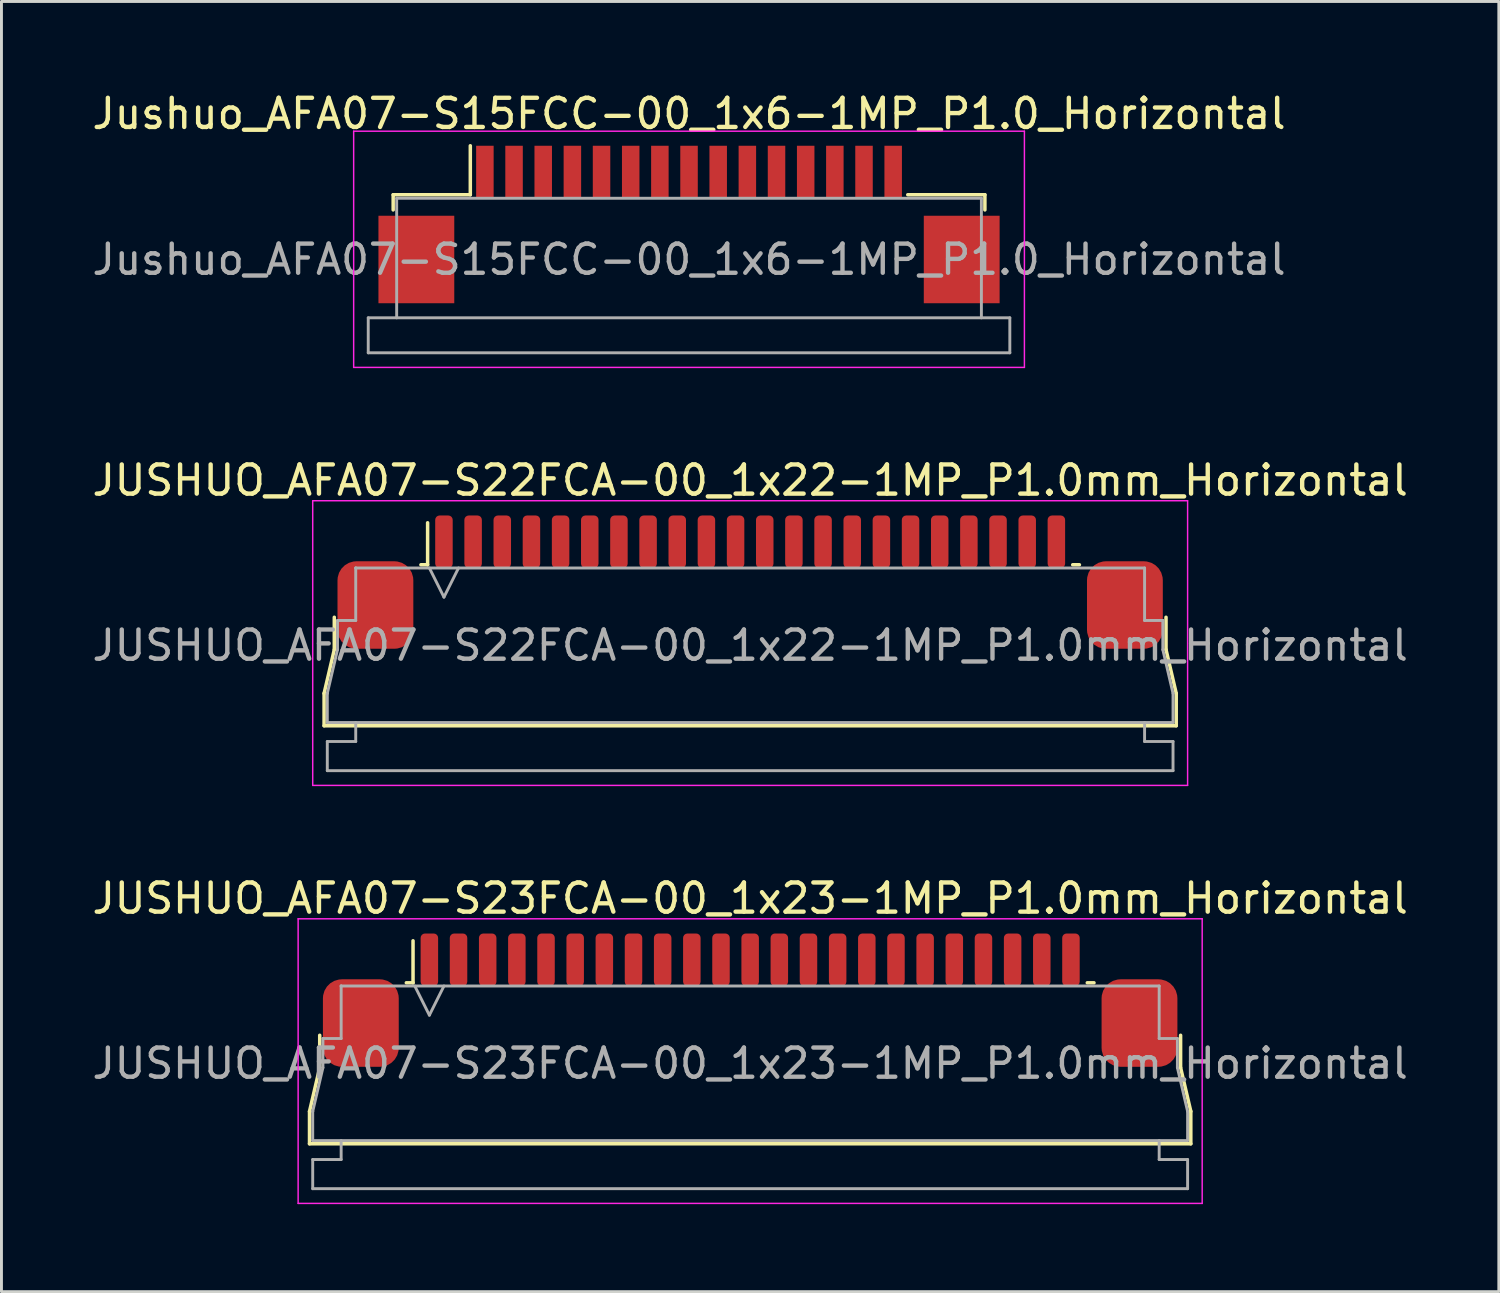
<source format=kicad_pcb>
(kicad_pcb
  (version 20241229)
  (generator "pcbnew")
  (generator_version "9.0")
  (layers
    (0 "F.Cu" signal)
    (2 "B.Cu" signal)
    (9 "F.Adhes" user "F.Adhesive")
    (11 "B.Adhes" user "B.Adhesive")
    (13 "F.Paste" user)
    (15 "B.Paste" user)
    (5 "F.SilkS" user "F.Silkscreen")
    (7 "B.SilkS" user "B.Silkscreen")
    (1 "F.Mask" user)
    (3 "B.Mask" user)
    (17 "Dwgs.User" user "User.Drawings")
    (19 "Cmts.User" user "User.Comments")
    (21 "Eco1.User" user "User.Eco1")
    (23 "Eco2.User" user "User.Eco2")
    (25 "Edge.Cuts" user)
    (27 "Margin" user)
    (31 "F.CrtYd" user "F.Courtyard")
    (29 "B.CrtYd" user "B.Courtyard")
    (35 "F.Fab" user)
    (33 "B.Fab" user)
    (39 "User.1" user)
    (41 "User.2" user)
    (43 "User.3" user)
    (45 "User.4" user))
  (footprint "JUSHUO_AFA07-S22FCA-00_1x22-1MP_P1.0mm_Horizontal"
    (layer "F.Cu")
    (at 22.673 18.901)
    (property "Reference" "JUSHUO_AFA07-S22FCA-00_1x22-1MP_P1.0mm_Horizontal" (at 0 -5.48 0) (layer "F.SilkS") (effects (font (size 1 1) (thickness 0.15))))
    (attr smd)
    (fp_line (start -14.61 1.825) (end -14.26 0.325) (stroke (width 0.12) (type solid)) (layer "F.SilkS"))
    (fp_line (start -14.61 2.935) (end -14.61 1.825) (stroke (width 0.12) (type solid)) (layer "F.SilkS"))
    (fp_line (start -14.26 0.325) (end -14.26 -0.785) (stroke (width 0.12) (type solid)) (layer "F.SilkS"))
    (fp_line (start -11.29 -2.585) (end -11.06 -2.585) (stroke (width 0.12) (type solid)) (layer "F.SilkS"))
    (fp_line (start -11.06 -2.585) (end -11.06 -4.025) (stroke (width 0.12) (type solid)) (layer "F.SilkS"))
    (fp_line (start 11.06 -2.585) (end 11.29 -2.585) (stroke (width 0.12) (type solid)) (layer "F.SilkS"))
    (fp_line (start 14.26 -0.785) (end 14.26 0.325) (stroke (width 0.12) (type solid)) (layer "F.SilkS"))
    (fp_line (start 14.26 0.325) (end 14.61 1.825) (stroke (width 0.12) (type solid)) (layer "F.SilkS"))
    (fp_line (start 14.61 1.825) (end 14.61 2.935) (stroke (width 0.12) (type solid)) (layer "F.SilkS"))
    (fp_line (start 14.61 2.935) (end -14.61 2.935) (stroke (width 0.12) (type solid)) (layer "F.SilkS"))
    (fp_line (start -15 -4.78) (end -15 4.98) (stroke (width 0.05) (type solid)) (layer "F.CrtYd"))
    (fp_line (start -15 4.98) (end 15 4.98) (stroke (width 0.05) (type solid)) (layer "F.CrtYd"))
    (fp_line (start 15 -4.78) (end -15 -4.78) (stroke (width 0.05) (type solid)) (layer "F.CrtYd"))
    (fp_line (start 15 4.98) (end 15 -4.78) (stroke (width 0.05) (type solid)) (layer "F.CrtYd"))
    (fp_line (start -14.5 1.825) (end -14.5 1.825) (stroke (width 0.1) (type solid)) (layer "F.Fab"))
    (fp_line (start -14.5 1.825) (end -14.15 0.325) (stroke (width 0.1) (type solid)) (layer "F.Fab"))
    (fp_line (start -14.5 2.825) (end -14.5 1.825) (stroke (width 0.1) (type solid)) (layer "F.Fab"))
    (fp_line (start -14.5 3.475) (end -13.525 3.475) (stroke (width 0.1) (type solid)) (layer "F.Fab"))
    (fp_line (start -14.5 4.475) (end -14.5 3.475) (stroke (width 0.1) (type solid)) (layer "F.Fab"))
    (fp_line (start -14.15 -0.675) (end -13.525 -0.675) (stroke (width 0.1) (type solid)) (layer "F.Fab"))
    (fp_line (start -14.15 0.325) (end -14.15 -0.675) (stroke (width 0.1) (type solid)) (layer "F.Fab"))
    (fp_line (start -13.525 -2.475) (end -13.525 -2.475) (stroke (width 0.1) (type solid)) (layer "F.Fab"))
    (fp_line (start -13.525 -2.475) (end 13.525 -2.475) (stroke (width 0.1) (type solid)) (layer "F.Fab"))
    (fp_line (start -13.525 -0.675) (end -13.525 -2.475) (stroke (width 0.1) (type solid)) (layer "F.Fab"))
    (fp_line (start -13.525 3.475) (end -13.525 2.825) (stroke (width 0.1) (type solid)) (layer "F.Fab"))
    (fp_line (start -11 -2.475) (end -10.5 -1.475) (stroke (width 0.1) (type solid)) (layer "F.Fab"))
    (fp_line (start -10.5 -1.475) (end -10 -2.475) (stroke (width 0.1) (type solid)) (layer "F.Fab"))
    (fp_line (start 13.525 -2.475) (end 13.525 -0.675) (stroke (width 0.1) (type solid)) (layer "F.Fab"))
    (fp_line (start 13.525 -0.675) (end 14.15 -0.675) (stroke (width 0.1) (type solid)) (layer "F.Fab"))
    (fp_line (start 13.525 2.825) (end 13.525 3.475) (stroke (width 0.1) (type solid)) (layer "F.Fab"))
    (fp_line (start 13.525 3.475) (end 14.5 3.475) (stroke (width 0.1) (type solid)) (layer "F.Fab"))
    (fp_line (start 14.15 -0.675) (end 14.15 0.325) (stroke (width 0.1) (type solid)) (layer "F.Fab"))
    (fp_line (start 14.15 0.325) (end 14.5 1.825) (stroke (width 0.1) (type solid)) (layer "F.Fab"))
    (fp_line (start 14.5 1.825) (end 14.5 2.825) (stroke (width 0.1) (type solid)) (layer "F.Fab"))
    (fp_line (start 14.5 2.825) (end -14.5 2.825) (stroke (width 0.1) (type solid)) (layer "F.Fab"))
    (fp_line (start 14.5 3.475) (end 14.5 4.475) (stroke (width 0.1) (type solid)) (layer "F.Fab"))
    (fp_line (start 14.5 4.475) (end -14.5 4.475) (stroke (width 0.1) (type solid)) (layer "F.Fab"))
    (fp_text user "${REFERENCE}" (at 0 0.18 0) (layer "F.Fab") (effects (font (size 1 1) (thickness 0.15))))
    (pad "1" smd roundrect (at -10.5 -3.375) (size 0.6 1.8) (layers "F.Cu" "F.Mask" "F.Paste") (roundrect_rratio 0.25))
    (pad "2" smd roundrect (at -9.5 -3.375) (size 0.6 1.8) (layers "F.Cu" "F.Mask" "F.Paste") (roundrect_rratio 0.25))
    (pad "3" smd roundrect (at -8.5 -3.375) (size 0.6 1.8) (layers "F.Cu" "F.Mask" "F.Paste") (roundrect_rratio 0.25))
    (pad "4" smd roundrect (at -7.5 -3.375) (size 0.6 1.8) (layers "F.Cu" "F.Mask" "F.Paste") (roundrect_rratio 0.25))
    (pad "5" smd roundrect (at -6.5 -3.375) (size 0.6 1.8) (layers "F.Cu" "F.Mask" "F.Paste") (roundrect_rratio 0.25))
    (pad "6" smd roundrect (at -5.5 -3.375) (size 0.6 1.8) (layers "F.Cu" "F.Mask" "F.Paste") (roundrect_rratio 0.25))
    (pad "7" smd roundrect (at -4.5 -3.375) (size 0.6 1.8) (layers "F.Cu" "F.Mask" "F.Paste") (roundrect_rratio 0.25))
    (pad "8" smd roundrect (at -3.5 -3.375) (size 0.6 1.8) (layers "F.Cu" "F.Mask" "F.Paste") (roundrect_rratio 0.25))
    (pad "9" smd roundrect (at -2.5 -3.375) (size 0.6 1.8) (layers "F.Cu" "F.Mask" "F.Paste") (roundrect_rratio 0.25))
    (pad "10" smd roundrect (at -1.5 -3.375) (size 0.6 1.8) (layers "F.Cu" "F.Mask" "F.Paste") (roundrect_rratio 0.25))
    (pad "11" smd roundrect (at -0.5 -3.375) (size 0.6 1.8) (layers "F.Cu" "F.Mask" "F.Paste") (roundrect_rratio 0.25))
    (pad "12" smd roundrect (at 0.5 -3.375) (size 0.6 1.8) (layers "F.Cu" "F.Mask" "F.Paste") (roundrect_rratio 0.25))
    (pad "13" smd roundrect (at 1.5 -3.375) (size 0.6 1.8) (layers "F.Cu" "F.Mask" "F.Paste") (roundrect_rratio 0.25))
    (pad "14" smd roundrect (at 2.5 -3.375) (size 0.6 1.8) (layers "F.Cu" "F.Mask" "F.Paste") (roundrect_rratio 0.25))
    (pad "15" smd roundrect (at 3.5 -3.375) (size 0.6 1.8) (layers "F.Cu" "F.Mask" "F.Paste") (roundrect_rratio 0.25))
    (pad "16" smd roundrect (at 4.5 -3.375) (size 0.6 1.8) (layers "F.Cu" "F.Mask" "F.Paste") (roundrect_rratio 0.25))
    (pad "17" smd roundrect (at 5.5 -3.375) (size 0.6 1.8) (layers "F.Cu" "F.Mask" "F.Paste") (roundrect_rratio 0.25))
    (pad "18" smd roundrect (at 6.5 -3.375) (size 0.6 1.8) (layers "F.Cu" "F.Mask" "F.Paste") (roundrect_rratio 0.25))
    (pad "19" smd roundrect (at 7.5 -3.375) (size 0.6 1.8) (layers "F.Cu" "F.Mask" "F.Paste") (roundrect_rratio 0.25))
    (pad "20" smd roundrect (at 8.5 -3.375) (size 0.6 1.8) (layers "F.Cu" "F.Mask" "F.Paste") (roundrect_rratio 0.25))
    (pad "21" smd roundrect (at 9.5 -3.375) (size 0.6 1.8) (layers "F.Cu" "F.Mask" "F.Paste") (roundrect_rratio 0.25))
    (pad "22" smd roundrect (at 10.5 -3.375) (size 0.6 1.8) (layers "F.Cu" "F.Mask" "F.Paste") (roundrect_rratio 0.25))
    (pad "MP" smd roundrect (at -12.85 -1.205) (size 2.6 3) (layers "F.Cu" "F.Mask" "F.Paste") (roundrect_rratio 0.25))
    (pad "MP" smd roundrect (at 12.85 -1.205) (size 2.6 3) (layers "F.Cu" "F.Mask" "F.Paste") (roundrect_rratio 0.25)))
  (footprint "Jushuo_AFA07-S15FCC-00_1x6-1MP_P1.0_Horizontal"
    (layer "F.Cu")
    (at 20.577 2.848)
    (property "Reference" "Jushuo_AFA07-S15FCC-00_1x6-1MP_P1.0_Horizontal" (at 0 -2 0) (unlocked yes) (layer "F.SilkS") (effects (font (size 1 1) (thickness 0.15))))
    (attr smd)
    (fp_line (start -10.145 0.78) (end -7.5 0.78) (stroke (width 0.12) (type solid)) (layer "F.SilkS"))
    (fp_line (start -10.145 1.3) (end -10.145 0.78) (stroke (width 0.12) (type solid)) (layer "F.SilkS"))
    (fp_line (start -7.5 0.78) (end -7.5 -0.9) (stroke (width 0.12) (type solid)) (layer "F.SilkS"))
    (fp_line (start 10.145 0.78) (end 7.5 0.78) (stroke (width 0.12) (type solid)) (layer "F.SilkS"))
    (fp_line (start 10.145 1.3) (end 10.145 0.78) (stroke (width 0.12) (type solid)) (layer "F.SilkS"))
    (fp_line (start -11.5 -1.4) (end -11.5 6.7) (stroke (width 0.05) (type solid)) (layer "F.CrtYd"))
    (fp_line (start -11.5 6.7) (end 11.5 6.7) (stroke (width 0.05) (type solid)) (layer "F.CrtYd"))
    (fp_line (start 11.5 -1.4) (end -11.5 -1.4) (stroke (width 0.05) (type solid)) (layer "F.CrtYd"))
    (fp_line (start 11.5 6.7) (end 11.5 -1.4) (stroke (width 0.05) (type solid)) (layer "F.CrtYd"))
    (fp_line (start -11 5) (end 11 5) (stroke (width 0.1) (type solid)) (layer "F.Fab"))
    (fp_line (start -11 6.2) (end -11 5) (stroke (width 0.1) (type solid)) (layer "F.Fab"))
    (fp_line (start -10.025 0.9) (end 10.025 0.9) (stroke (width 0.1) (type solid)) (layer "F.Fab"))
    (fp_line (start -10.025 5) (end -10.025 0.9) (stroke (width 0.1) (type solid)) (layer "F.Fab"))
    (fp_line (start 10.025 0.9) (end 10.025 5) (stroke (width 0.1) (type solid)) (layer "F.Fab"))
    (fp_line (start 11 5) (end 11 6.2) (stroke (width 0.1) (type solid)) (layer "F.Fab"))
    (fp_line (start 11 6.2) (end -11 6.2) (stroke (width 0.1) (type solid)) (layer "F.Fab"))
    (fp_text user "${REFERENCE}" (at 0 3 0) (unlocked yes) (layer "F.Fab") (effects (font (size 1 1) (thickness 0.15))))
    (pad "1" smd rect (at -7 0) (size 0.6 1.8) (layers "F.Cu" "F.Mask" "F.Paste"))
    (pad "2" smd rect (at -6 0) (size 0.6 1.8) (layers "F.Cu" "F.Mask" "F.Paste"))
    (pad "3" smd rect (at -5 0) (size 0.6 1.8) (layers "F.Cu" "F.Mask" "F.Paste"))
    (pad "4" smd rect (at -4 0) (size 0.6 1.8) (layers "F.Cu" "F.Mask" "F.Paste"))
    (pad "5" smd rect (at -3 0) (size 0.6 1.8) (layers "F.Cu" "F.Mask" "F.Paste"))
    (pad "6" smd rect (at -2 0) (size 0.6 1.8) (layers "F.Cu" "F.Mask" "F.Paste"))
    (pad "7" smd rect (at -1 0) (size 0.6 1.8) (layers "F.Cu" "F.Mask" "F.Paste"))
    (pad "8" smd rect (at 0 0) (size 0.6 1.8) (layers "F.Cu" "F.Mask" "F.Paste"))
    (pad "9" smd rect (at 1 0) (size 0.6 1.8) (layers "F.Cu" "F.Mask" "F.Paste"))
    (pad "10" smd rect (at 2 0) (size 0.6 1.8) (layers "F.Cu" "F.Mask" "F.Paste"))
    (pad "11" smd rect (at 3 0) (size 0.6 1.8) (layers "F.Cu" "F.Mask" "F.Paste"))
    (pad "12" smd rect (at 4 0) (size 0.6 1.8) (layers "F.Cu" "F.Mask" "F.Paste"))
    (pad "13" smd rect (at 5 0) (size 0.6 1.8) (layers "F.Cu" "F.Mask" "F.Paste"))
    (pad "14" smd rect (at 6 0) (size 0.6 1.8) (layers "F.Cu" "F.Mask" "F.Paste"))
    (pad "15" smd rect (at 7 0) (size 0.6 1.8) (layers "F.Cu" "F.Mask" "F.Paste"))
    (pad "MP" smd rect (at -9.35 3) (size 2.6 3) (layers "F.Cu" "F.Mask" "F.Paste"))
    (pad "MP" smd rect (at 9.35 3) (size 2.6 3) (layers "F.Cu" "F.Mask" "F.Paste")))
  (footprint "JUSHUO_AFA07-S23FCA-00_1x23-1MP_P1.0mm_Horizontal"
    (layer "F.Cu")
    (at 22.673 33.235)
    (property "Reference" "JUSHUO_AFA07-S23FCA-00_1x23-1MP_P1.0mm_Horizontal" (at 0 -5.48 0) (layer "F.SilkS") (effects (font (size 1 1) (thickness 0.15))))
    (attr smd)
    (fp_line (start -15.11 1.825) (end -14.76 0.325) (stroke (width 0.12) (type solid)) (layer "F.SilkS"))
    (fp_line (start -15.11 2.935) (end -15.11 1.825) (stroke (width 0.12) (type solid)) (layer "F.SilkS"))
    (fp_line (start -14.76 0.325) (end -14.76 -0.785) (stroke (width 0.12) (type solid)) (layer "F.SilkS"))
    (fp_line (start -11.79 -2.585) (end -11.56 -2.585) (stroke (width 0.12) (type solid)) (layer "F.SilkS"))
    (fp_line (start -11.56 -2.585) (end -11.56 -4.025) (stroke (width 0.12) (type solid)) (layer "F.SilkS"))
    (fp_line (start 11.56 -2.585) (end 11.79 -2.585) (stroke (width 0.12) (type solid)) (layer "F.SilkS"))
    (fp_line (start 14.76 -0.785) (end 14.76 0.325) (stroke (width 0.12) (type solid)) (layer "F.SilkS"))
    (fp_line (start 14.76 0.325) (end 15.11 1.825) (stroke (width 0.12) (type solid)) (layer "F.SilkS"))
    (fp_line (start 15.11 1.825) (end 15.11 2.935) (stroke (width 0.12) (type solid)) (layer "F.SilkS"))
    (fp_line (start 15.11 2.935) (end -15.11 2.935) (stroke (width 0.12) (type solid)) (layer "F.SilkS"))
    (fp_line (start -15.5 -4.78) (end -15.5 4.98) (stroke (width 0.05) (type solid)) (layer "F.CrtYd"))
    (fp_line (start -15.5 4.98) (end 15.5 4.98) (stroke (width 0.05) (type solid)) (layer "F.CrtYd"))
    (fp_line (start 15.5 -4.78) (end -15.5 -4.78) (stroke (width 0.05) (type solid)) (layer "F.CrtYd"))
    (fp_line (start 15.5 4.98) (end 15.5 -4.78) (stroke (width 0.05) (type solid)) (layer "F.CrtYd"))
    (fp_line (start -15 1.825) (end -15 1.825) (stroke (width 0.1) (type solid)) (layer "F.Fab"))
    (fp_line (start -15 1.825) (end -14.65 0.325) (stroke (width 0.1) (type solid)) (layer "F.Fab"))
    (fp_line (start -15 2.825) (end -15 1.825) (stroke (width 0.1) (type solid)) (layer "F.Fab"))
    (fp_line (start -15 3.475) (end -14.025 3.475) (stroke (width 0.1) (type solid)) (layer "F.Fab"))
    (fp_line (start -15 4.475) (end -15 3.475) (stroke (width 0.1) (type solid)) (layer "F.Fab"))
    (fp_line (start -14.65 -0.675) (end -14.025 -0.675) (stroke (width 0.1) (type solid)) (layer "F.Fab"))
    (fp_line (start -14.65 0.325) (end -14.65 -0.675) (stroke (width 0.1) (type solid)) (layer "F.Fab"))
    (fp_line (start -14.025 -2.475) (end -14.025 -2.475) (stroke (width 0.1) (type solid)) (layer "F.Fab"))
    (fp_line (start -14.025 -2.475) (end 14.025 -2.475) (stroke (width 0.1) (type solid)) (layer "F.Fab"))
    (fp_line (start -14.025 -0.675) (end -14.025 -2.475) (stroke (width 0.1) (type solid)) (layer "F.Fab"))
    (fp_line (start -14.025 3.475) (end -14.025 2.825) (stroke (width 0.1) (type solid)) (layer "F.Fab"))
    (fp_line (start -11.5 -2.475) (end -11 -1.475) (stroke (width 0.1) (type solid)) (layer "F.Fab"))
    (fp_line (start -11 -1.475) (end -10.5 -2.475) (stroke (width 0.1) (type solid)) (layer "F.Fab"))
    (fp_line (start 14.025 -2.475) (end 14.025 -0.675) (stroke (width 0.1) (type solid)) (layer "F.Fab"))
    (fp_line (start 14.025 -0.675) (end 14.65 -0.675) (stroke (width 0.1) (type solid)) (layer "F.Fab"))
    (fp_line (start 14.025 2.825) (end 14.025 3.475) (stroke (width 0.1) (type solid)) (layer "F.Fab"))
    (fp_line (start 14.025 3.475) (end 15 3.475) (stroke (width 0.1) (type solid)) (layer "F.Fab"))
    (fp_line (start 14.65 -0.675) (end 14.65 0.325) (stroke (width 0.1) (type solid)) (layer "F.Fab"))
    (fp_line (start 14.65 0.325) (end 15 1.825) (stroke (width 0.1) (type solid)) (layer "F.Fab"))
    (fp_line (start 15 1.825) (end 15 2.825) (stroke (width 0.1) (type solid)) (layer "F.Fab"))
    (fp_line (start 15 2.825) (end -15 2.825) (stroke (width 0.1) (type solid)) (layer "F.Fab"))
    (fp_line (start 15 3.475) (end 15 4.475) (stroke (width 0.1) (type solid)) (layer "F.Fab"))
    (fp_line (start 15 4.475) (end -15 4.475) (stroke (width 0.1) (type solid)) (layer "F.Fab"))
    (fp_text user "${REFERENCE}" (at 0 0.18 0) (layer "F.Fab") (effects (font (size 1 1) (thickness 0.15))))
    (pad "1" smd roundrect (at -11 -3.375) (size 0.6 1.8) (layers "F.Cu" "F.Mask" "F.Paste") (roundrect_rratio 0.25))
    (pad "2" smd roundrect (at -10 -3.375) (size 0.6 1.8) (layers "F.Cu" "F.Mask" "F.Paste") (roundrect_rratio 0.25))
    (pad "3" smd roundrect (at -9 -3.375) (size 0.6 1.8) (layers "F.Cu" "F.Mask" "F.Paste") (roundrect_rratio 0.25))
    (pad "4" smd roundrect (at -8 -3.375) (size 0.6 1.8) (layers "F.Cu" "F.Mask" "F.Paste") (roundrect_rratio 0.25))
    (pad "5" smd roundrect (at -7 -3.375) (size 0.6 1.8) (layers "F.Cu" "F.Mask" "F.Paste") (roundrect_rratio 0.25))
    (pad "6" smd roundrect (at -6 -3.375) (size 0.6 1.8) (layers "F.Cu" "F.Mask" "F.Paste") (roundrect_rratio 0.25))
    (pad "7" smd roundrect (at -5 -3.375) (size 0.6 1.8) (layers "F.Cu" "F.Mask" "F.Paste") (roundrect_rratio 0.25))
    (pad "8" smd roundrect (at -4 -3.375) (size 0.6 1.8) (layers "F.Cu" "F.Mask" "F.Paste") (roundrect_rratio 0.25))
    (pad "9" smd roundrect (at -3 -3.375) (size 0.6 1.8) (layers "F.Cu" "F.Mask" "F.Paste") (roundrect_rratio 0.25))
    (pad "10" smd roundrect (at -2 -3.375) (size 0.6 1.8) (layers "F.Cu" "F.Mask" "F.Paste") (roundrect_rratio 0.25))
    (pad "11" smd roundrect (at -1 -3.375) (size 0.6 1.8) (layers "F.Cu" "F.Mask" "F.Paste") (roundrect_rratio 0.25))
    (pad "12" smd roundrect (at 0 -3.375) (size 0.6 1.8) (layers "F.Cu" "F.Mask" "F.Paste") (roundrect_rratio 0.25))
    (pad "13" smd roundrect (at 1 -3.375) (size 0.6 1.8) (layers "F.Cu" "F.Mask" "F.Paste") (roundrect_rratio 0.25))
    (pad "14" smd roundrect (at 2 -3.375) (size 0.6 1.8) (layers "F.Cu" "F.Mask" "F.Paste") (roundrect_rratio 0.25))
    (pad "15" smd roundrect (at 3 -3.375) (size 0.6 1.8) (layers "F.Cu" "F.Mask" "F.Paste") (roundrect_rratio 0.25))
    (pad "16" smd roundrect (at 4 -3.375) (size 0.6 1.8) (layers "F.Cu" "F.Mask" "F.Paste") (roundrect_rratio 0.25))
    (pad "17" smd roundrect (at 5 -3.375) (size 0.6 1.8) (layers "F.Cu" "F.Mask" "F.Paste") (roundrect_rratio 0.25))
    (pad "18" smd roundrect (at 6 -3.375) (size 0.6 1.8) (layers "F.Cu" "F.Mask" "F.Paste") (roundrect_rratio 0.25))
    (pad "19" smd roundrect (at 7 -3.375) (size 0.6 1.8) (layers "F.Cu" "F.Mask" "F.Paste") (roundrect_rratio 0.25))
    (pad "20" smd roundrect (at 8 -3.375) (size 0.6 1.8) (layers "F.Cu" "F.Mask" "F.Paste") (roundrect_rratio 0.25))
    (pad "21" smd roundrect (at 9 -3.375) (size 0.6 1.8) (layers "F.Cu" "F.Mask" "F.Paste") (roundrect_rratio 0.25))
    (pad "22" smd roundrect (at 10 -3.375) (size 0.6 1.8) (layers "F.Cu" "F.Mask" "F.Paste") (roundrect_rratio 0.25))
    (pad "23" smd roundrect (at 11 -3.375) (size 0.6 1.8) (layers "F.Cu" "F.Mask" "F.Paste") (roundrect_rratio 0.25))
    (pad "MP" smd roundrect (at -13.35 -1.205) (size 2.6 3) (layers "F.Cu" "F.Mask" "F.Paste") (roundrect_rratio 0.25))
    (pad "MP" smd roundrect (at 13.35 -1.205) (size 2.6 3) (layers "F.Cu" "F.Mask" "F.Paste") (roundrect_rratio 0.25)))
  (gr_rect
    (start -3 -3)
    (end 48.345 41.24)
    (stroke (width 0.1) (type default))
    (fill no)
    (layer "Edge.Cuts")))
</source>
